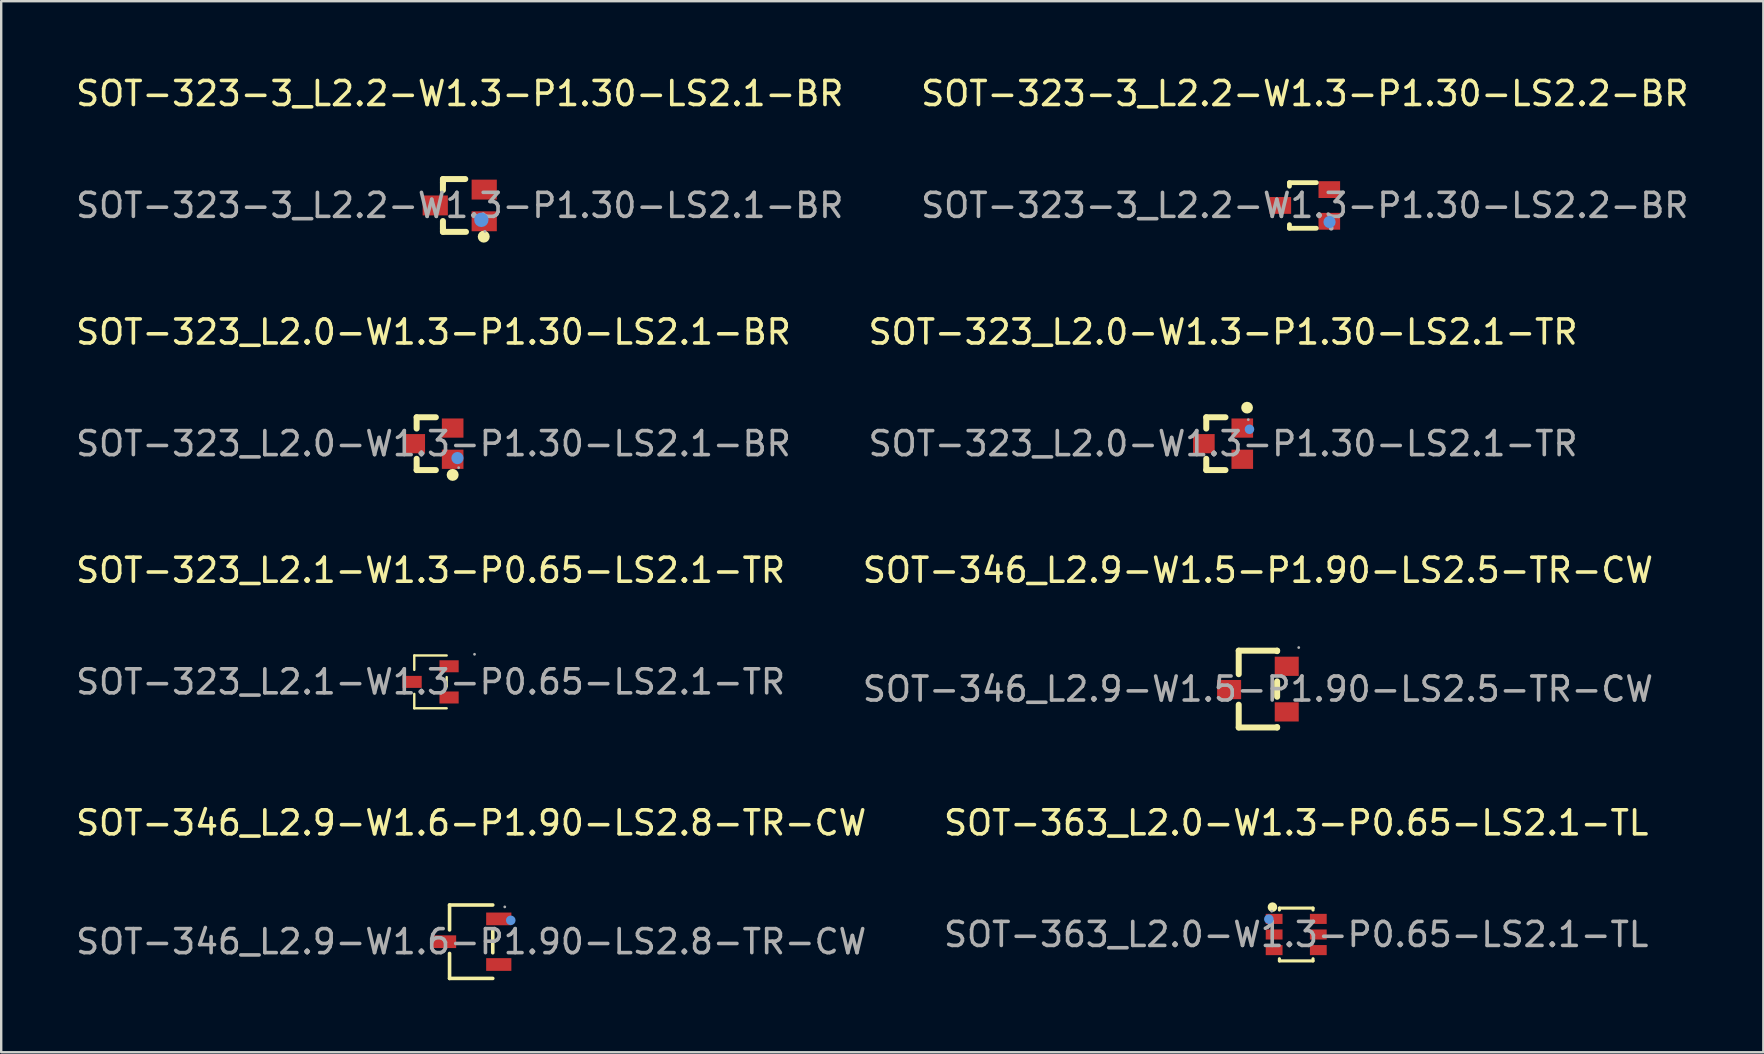
<source format=kicad_pcb>
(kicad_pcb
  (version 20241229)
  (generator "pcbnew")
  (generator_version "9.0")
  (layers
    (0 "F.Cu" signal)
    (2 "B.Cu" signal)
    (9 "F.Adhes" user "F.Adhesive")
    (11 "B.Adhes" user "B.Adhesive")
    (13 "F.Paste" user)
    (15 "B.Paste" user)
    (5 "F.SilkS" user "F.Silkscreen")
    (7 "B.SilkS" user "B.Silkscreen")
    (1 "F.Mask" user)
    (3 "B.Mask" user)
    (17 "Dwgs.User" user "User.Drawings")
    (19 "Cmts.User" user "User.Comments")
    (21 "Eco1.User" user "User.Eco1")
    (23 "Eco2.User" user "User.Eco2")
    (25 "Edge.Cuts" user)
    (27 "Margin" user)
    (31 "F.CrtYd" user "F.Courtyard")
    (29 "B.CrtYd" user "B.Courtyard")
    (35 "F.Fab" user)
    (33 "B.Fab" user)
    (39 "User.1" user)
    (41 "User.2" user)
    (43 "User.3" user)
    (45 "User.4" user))
  (footprint "SOT-323_L2.1-W1.3-P0.65-LS2.1-TR"
    (layer "F.Cu")
    (at 14.887 25.355)
    (property "Reference" "SOT-323_L2.1-W1.3-P0.65-LS2.1-TR" (at 0 -4.65 0) (layer "F.SilkS") (effects (font (size 1 1) (thickness 0.15))))
    (attr through_hole)
    (fp_line (start -0.68 -1.1) (end 0.67 -1.1) (stroke (width 0.1) (type solid)) (layer "F.SilkS"))
    (fp_line (start -0.68 -0.5) (end -0.68 -1.1) (stroke (width 0.1) (type solid)) (layer "F.SilkS"))
    (fp_line (start -0.68 1.1) (end -0.68 0.5) (stroke (width 0.1) (type solid)) (layer "F.SilkS"))
    (fp_line (start -0.68 1.1) (end 0.67 1.1) (stroke (width 0.1) (type solid)) (layer "F.SilkS"))
    (fp_line (start 0.67 0.2) (end 0.67 -0.2) (stroke (width 0.1) (type solid)) (layer "F.SilkS"))
    (fp_circle (center 1.83 -1.15) (end 1.86 -1.15) (stroke (width 0.06) (type solid)) (fill no) (layer "F.Fab"))
    (fp_text user "${REFERENCE}" (at 0 0 0) (layer "F.Fab") (effects (font (size 1 1) (thickness 0.15))))
    (pad "1" smd rect (at 0.77 -0.65 90) (size 0.5 0.8) (layers "F.Cu" "F.Mask" "F.Paste"))
    (pad "2" smd rect (at 0.77 0.65 90) (size 0.5 0.8) (layers "F.Cu" "F.Mask" "F.Paste"))
    (pad "3" smd rect (at -0.77 0 90) (size 0.5 0.8) (layers "F.Cu" "F.Mask" "F.Paste")))
  (footprint "SOT-346_L2.9-W1.5-P1.90-LS2.5-TR-CW"
    (layer "F.Cu")
    (at 49.351 25.655)
    (property "Reference" "SOT-346_L2.9-W1.5-P1.90-LS2.5-TR-CW" (at 0 -4.95 0) (layer "F.SilkS") (effects (font (size 1 1) (thickness 0.15))))
    (attr through_hole)
    (fp_line (start -0.8 -1.6) (end 0.8 -1.6) (stroke (width 0.25) (type solid)) (layer "F.SilkS"))
    (fp_line (start -0.8 -0.62) (end -0.8 -1.6) (stroke (width 0.25) (type solid)) (layer "F.SilkS"))
    (fp_line (start -0.8 1.6) (end -0.8 0.65) (stroke (width 0.25) (type solid)) (layer "F.SilkS"))
    (fp_line (start -0.8 1.6) (end 0.8 1.6) (stroke (width 0.25) (type solid)) (layer "F.SilkS"))
    (fp_line (start 0.8 -1.58) (end 0.8 -1.6) (stroke (width 0.25) (type solid)) (layer "F.SilkS"))
    (fp_line (start 0.8 0.32) (end 0.8 -0.32) (stroke (width 0.25) (type solid)) (layer "F.SilkS"))
    (fp_line (start 0.8 1.6) (end 0.8 1.58) (stroke (width 0.25) (type solid)) (layer "F.SilkS"))
    (fp_circle (center 1.7 -1.73) (end 1.73 -1.73) (stroke (width 0.06) (type solid)) (fill no) (layer "F.Fab"))
    (fp_text user "${REFERENCE}" (at 0 0 0) (layer "F.Fab") (effects (font (size 1 1) (thickness 0.15))))
    (pad "1" smd rect (at 1.2 -0.95 90) (size 0.8 1) (layers "F.Cu" "F.Mask" "F.Paste"))
    (pad "2" smd rect (at 1.2 0.95 90) (size 0.8 1) (layers "F.Cu" "F.Mask" "F.Paste"))
    (pad "3" smd rect (at -1.2 0.02 90) (size 0.8 1) (layers "F.Cu" "F.Mask" "F.Paste")))
  (footprint "SOT-323-3_L2.2-W1.3-P1.30-LS2.2-BR"
    (layer "F.Cu")
    (at 51.304 5.508)
    (property "Reference" "SOT-323-3_L2.2-W1.3-P1.30-LS2.2-BR" (at 0 -4.66 0) (layer "F.SilkS") (effects (font (size 1 1) (thickness 0.15))))
    (attr through_hole)
    (fp_line (start -0.64 -0.95) (end 0.48 -0.95) (stroke (width 0.2) (type solid)) (layer "F.SilkS"))
    (fp_line (start -0.64 -0.8) (end -0.64 -0.95) (stroke (width 0.2) (type solid)) (layer "F.SilkS"))
    (fp_line (start -0.64 0.95) (end -0.64 0.8) (stroke (width 0.2) (type solid)) (layer "F.SilkS"))
    (fp_line (start 0.48 0.95) (end -0.64 0.95) (stroke (width 0.2) (type solid)) (layer "F.SilkS"))
    (fp_circle (center 1.03 0.69) (end 1.16 0.69) (stroke (width 0.25) (type solid)) (fill no) (layer "Cmts.User"))
    (fp_circle (center 1.1 0.95) (end 1.15 0.95) (stroke (width 0.1) (type solid)) (fill no) (layer "F.Fab"))
    (fp_text user "${REFERENCE}" (at 0 0 0) (layer "F.Fab") (effects (font (size 1 1) (thickness 0.15))))
    (pad "1" smd rect (at 1.02 0.66 90) (size 0.7 0.9) (layers "F.Cu" "F.Mask" "F.Paste"))
    (pad "2" smd rect (at 1.02 -0.66 90) (size 0.7 0.9) (layers "F.Cu" "F.Mask" "F.Paste"))
    (pad "3" smd rect (at -1.02 0 90) (size 0.7 0.9) (layers "F.Cu" "F.Mask" "F.Paste")))
  (footprint "SOT-323_L2.0-W1.3-P1.30-LS2.1-TR"
    (layer "F.Cu")
    (at 47.899 15.432)
    (property "Reference" "SOT-323_L2.0-W1.3-P1.30-LS2.1-TR" (at 0 -4.65 0) (layer "F.SilkS") (effects (font (size 1 1) (thickness 0.15))))
    (attr through_hole)
    (fp_line (start -0.7 -1.1) (end 0.1 -1.1) (stroke (width 0.25) (type solid)) (layer "F.SilkS"))
    (fp_line (start -0.7 -0.63) (end -0.7 -1.1) (stroke (width 0.25) (type solid)) (layer "F.SilkS"))
    (fp_line (start -0.7 1.1) (end -0.7 0.63) (stroke (width 0.25) (type solid)) (layer "F.SilkS"))
    (fp_line (start -0.7 1.1) (end 0.1 1.1) (stroke (width 0.25) (type solid)) (layer "F.SilkS"))
    (fp_arc (start 1 -1.62) (mid 1.005004 -1.380104) (end 0.99 -1.619583) (stroke (width 0.25) (type solid)) (layer "F.SilkS"))
    (fp_circle (center 1.1 -0.6) (end 1.2 -0.6) (stroke (width 0.2) (type solid)) (fill no) (layer "Cmts.User"))
    (fp_circle (center 1.05 -1) (end 1.08 -1) (stroke (width 0.06) (type solid)) (fill no) (layer "F.Fab"))
    (fp_text user "${REFERENCE}" (at 0 0 0) (layer "F.Fab") (effects (font (size 1 1) (thickness 0.15))))
    (pad "1" smd rect (at 0.8 -0.65 90) (size 0.8 0.9) (layers "F.Cu" "F.Mask" "F.Paste"))
    (pad "2" smd rect (at 0.8 0.65 90) (size 0.8 0.9) (layers "F.Cu" "F.Mask" "F.Paste"))
    (pad "3" smd rect (at -0.8 0 90) (size 0.8 0.9) (layers "F.Cu" "F.Mask" "F.Paste")))
  (footprint "SOT-323_L2.0-W1.3-P1.30-LS2.1-BR"
    (layer "F.Cu")
    (at 15.006 15.432)
    (property "Reference" "SOT-323_L2.0-W1.3-P1.30-LS2.1-BR" (at 0 -4.65 0) (layer "F.SilkS") (effects (font (size 1 1) (thickness 0.15))))
    (attr through_hole)
    (fp_line (start -0.7 -1.1) (end 0.1 -1.1) (stroke (width 0.25) (type solid)) (layer "F.SilkS"))
    (fp_line (start -0.7 -0.63) (end -0.7 -1.1) (stroke (width 0.25) (type solid)) (layer "F.SilkS"))
    (fp_line (start -0.7 1.1) (end -0.7 0.63) (stroke (width 0.25) (type solid)) (layer "F.SilkS"))
    (fp_line (start -0.7 1.1) (end 0.1 1.1) (stroke (width 0.25) (type solid)) (layer "F.SilkS"))
    (fp_arc (start 0.8 1.3) (mid 0.8 1.3) (end 0.8 1.3) (stroke (width 0.25) (type solid)) (layer "F.SilkS"))
    (fp_circle (center 1 0.6) (end 1.13 0.6) (stroke (width 0.25) (type solid)) (fill no) (layer "Cmts.User"))
    (fp_circle (center 1.05 1) (end 1.08 1) (stroke (width 0.06) (type solid)) (fill no) (layer "F.Fab"))
    (fp_text user "${REFERENCE}" (at 0 0 0) (layer "F.Fab") (effects (font (size 1 1) (thickness 0.15))))
    (pad "1" smd rect (at 0.8 0.65 90) (size 0.8 0.9) (layers "F.Cu" "F.Mask" "F.Paste"))
    (pad "2" smd rect (at 0.8 -0.65 90) (size 0.8 0.9) (layers "F.Cu" "F.Mask" "F.Paste"))
    (pad "3" smd rect (at -0.8 0 90) (size 0.8 0.9) (layers "F.Cu" "F.Mask" "F.Paste")))
  (footprint "SOT-363_L2.0-W1.3-P0.65-LS2.1-TL"
    (layer "F.Cu")
    (at 50.946 35.878)
    (property "Reference" "SOT-363_L2.0-W1.3-P0.65-LS2.1-TL" (at 0 -4.65 0) (layer "F.SilkS") (effects (font (size 1 1) (thickness 0.15))))
    (attr through_hole)
    (fp_line (start -0.7 -1.1) (end -0.7 -1.02) (stroke (width 0.13) (type solid)) (layer "F.SilkS"))
    (fp_line (start -0.7 -1.1) (end 0.7 -1.1) (stroke (width 0.13) (type solid)) (layer "F.SilkS"))
    (fp_line (start -0.7 1.01) (end -0.7 1.1) (stroke (width 0.13) (type solid)) (layer "F.SilkS"))
    (fp_line (start -0.7 1.1) (end 0.7 1.1) (stroke (width 0.13) (type solid)) (layer "F.SilkS"))
    (fp_line (start 0.7 -1.1) (end 0.7 -1.02) (stroke (width 0.13) (type solid)) (layer "F.SilkS"))
    (fp_line (start 0.7 1.01) (end 0.7 1.1) (stroke (width 0.13) (type solid)) (layer "F.SilkS"))
    (fp_circle (center -0.99 -1.14) (end -0.89 -1.14) (stroke (width 0.2) (type solid)) (fill no) (layer "F.SilkS"))
    (fp_circle (center -1.14 -0.64) (end -1.04 -0.64) (stroke (width 0.2) (type solid)) (fill no) (layer "Cmts.User"))
    (fp_circle (center -1.02 -0.97) (end -0.99 -0.97) (stroke (width 0.06) (type solid)) (fill no) (layer "F.Fab"))
    (fp_text user "${REFERENCE}" (at 0 0 0) (layer "F.Fab") (effects (font (size 1 1) (thickness 0.15))))
    (pad "1" smd rect (at -0.92 -0.65) (size 0.7 0.42) (layers "F.Cu" "F.Mask" "F.Paste"))
    (pad "2" smd rect (at -0.92 0) (size 0.7 0.42) (layers "F.Cu" "F.Mask" "F.Paste"))
    (pad "3" smd rect (at -0.92 0.65) (size 0.7 0.42) (layers "F.Cu" "F.Mask" "F.Paste"))
    (pad "4" smd rect (at 0.92 0.65) (size 0.7 0.42) (layers "F.Cu" "F.Mask" "F.Paste"))
    (pad "5" smd rect (at 0.92 0) (size 0.7 0.42) (layers "F.Cu" "F.Mask" "F.Paste"))
    (pad "6" smd rect (at 0.92 -0.65) (size 0.7 0.42) (layers "F.Cu" "F.Mask" "F.Paste")))
  (footprint "SOT-323-3_L2.2-W1.3-P1.30-LS2.1-BR"
    (layer "F.Cu")
    (at 16.101 5.508)
    (property "Reference" "SOT-323-3_L2.2-W1.3-P1.30-LS2.1-BR" (at 0 -4.66 0) (layer "F.SilkS") (effects (font (size 1 1) (thickness 0.15))))
    (attr through_hole)
    (fp_line (start -0.7 -1.1) (end 0.23 -1.1) (stroke (width 0.25) (type solid)) (layer "F.SilkS"))
    (fp_line (start -0.7 -0.95) (end -0.7 -1.1) (stroke (width 0.25) (type solid)) (layer "F.SilkS"))
    (fp_line (start -0.7 -0.64) (end -0.7 -0.95) (stroke (width 0.25) (type solid)) (layer "F.SilkS"))
    (fp_line (start -0.7 0.95) (end -0.7 0.65) (stroke (width 0.25) (type solid)) (layer "F.SilkS"))
    (fp_line (start -0.7 0.95) (end -0.7 1.1) (stroke (width 0.25) (type solid)) (layer "F.SilkS"))
    (fp_line (start -0.7 1.1) (end 0.26 1.1) (stroke (width 0.25) (type solid)) (layer "F.SilkS"))
    (fp_arc (start 1 1.3) (mid 1 1.3) (end 1 1.3) (stroke (width 0.25) (type solid)) (layer "F.SilkS"))
    (fp_circle (center 0.9 0.6) (end 1.05 0.6) (stroke (width 0.3) (type solid)) (fill no) (layer "Cmts.User"))
    (fp_circle (center 1.05 1.08) (end 1.08 1.08) (stroke (width 0.06) (type solid)) (fill no) (layer "F.Fab"))
    (fp_text user "${REFERENCE}" (at 0 0 0) (layer "F.Fab") (effects (font (size 1 1) (thickness 0.15))))
    (pad "1" smd rect (at 1.02 0.66) (size 1.05 0.83) (layers "F.Cu" "F.Mask" "F.Paste"))
    (pad "2" smd rect (at 1.02 -0.66) (size 1.05 0.83) (layers "F.Cu" "F.Mask" "F.Paste"))
    (pad "3" smd rect (at -1.02 0) (size 1.05 0.83) (layers "F.Cu" "F.Mask" "F.Paste")))
  (footprint "SOT-346_L2.9-W1.6-P1.90-LS2.8-TR-CW"
    (layer "F.Cu")
    (at 16.577 36.178)
    (property "Reference" "SOT-346_L2.9-W1.6-P1.90-LS2.8-TR-CW" (at 0 -4.95 0) (layer "F.SilkS") (effects (font (size 1 1) (thickness 0.15))))
    (attr through_hole)
    (fp_line (start -0.9 -1.53) (end -0.9 -0.49) (stroke (width 0.15) (type solid)) (layer "F.SilkS"))
    (fp_line (start -0.9 1.53) (end -0.9 0.49) (stroke (width 0.15) (type solid)) (layer "F.SilkS"))
    (fp_line (start 0.9 -1.53) (end -0.9 -1.53) (stroke (width 0.15) (type solid)) (layer "F.SilkS"))
    (fp_line (start 0.9 -0.46) (end 0.9 0.46) (stroke (width 0.15) (type solid)) (layer "F.SilkS"))
    (fp_line (start 0.9 1.53) (end -0.9 1.53) (stroke (width 0.15) (type solid)) (layer "F.SilkS"))
    (fp_circle (center 1.65 -0.89) (end 1.75 -0.89) (stroke (width 0.2) (type solid)) (fill no) (layer "Cmts.User"))
    (fp_circle (center 1.4 -1.45) (end 1.43 -1.45) (stroke (width 0.06) (type solid)) (fill no) (layer "F.Fab"))
    (fp_text user "${REFERENCE}" (at 0 0 0) (layer "F.Fab") (effects (font (size 1 1) (thickness 0.15))))
    (pad "1" smd rect (at 1.15 -0.95) (size 1.05 0.53) (layers "F.Cu" "F.Mask" "F.Paste"))
    (pad "2" smd rect (at 1.15 0.95) (size 1.05 0.53) (layers "F.Cu" "F.Mask" "F.Paste"))
    (pad "3" smd rect (at -1.15 0) (size 1.05 0.53) (layers "F.Cu" "F.Mask" "F.Paste")))
  (gr_rect
    (start -3 -3)
    (end 70.405 40.783)
    (stroke (width 0.1) (type default))
    (fill no)
    (layer "Edge.Cuts")))
</source>
